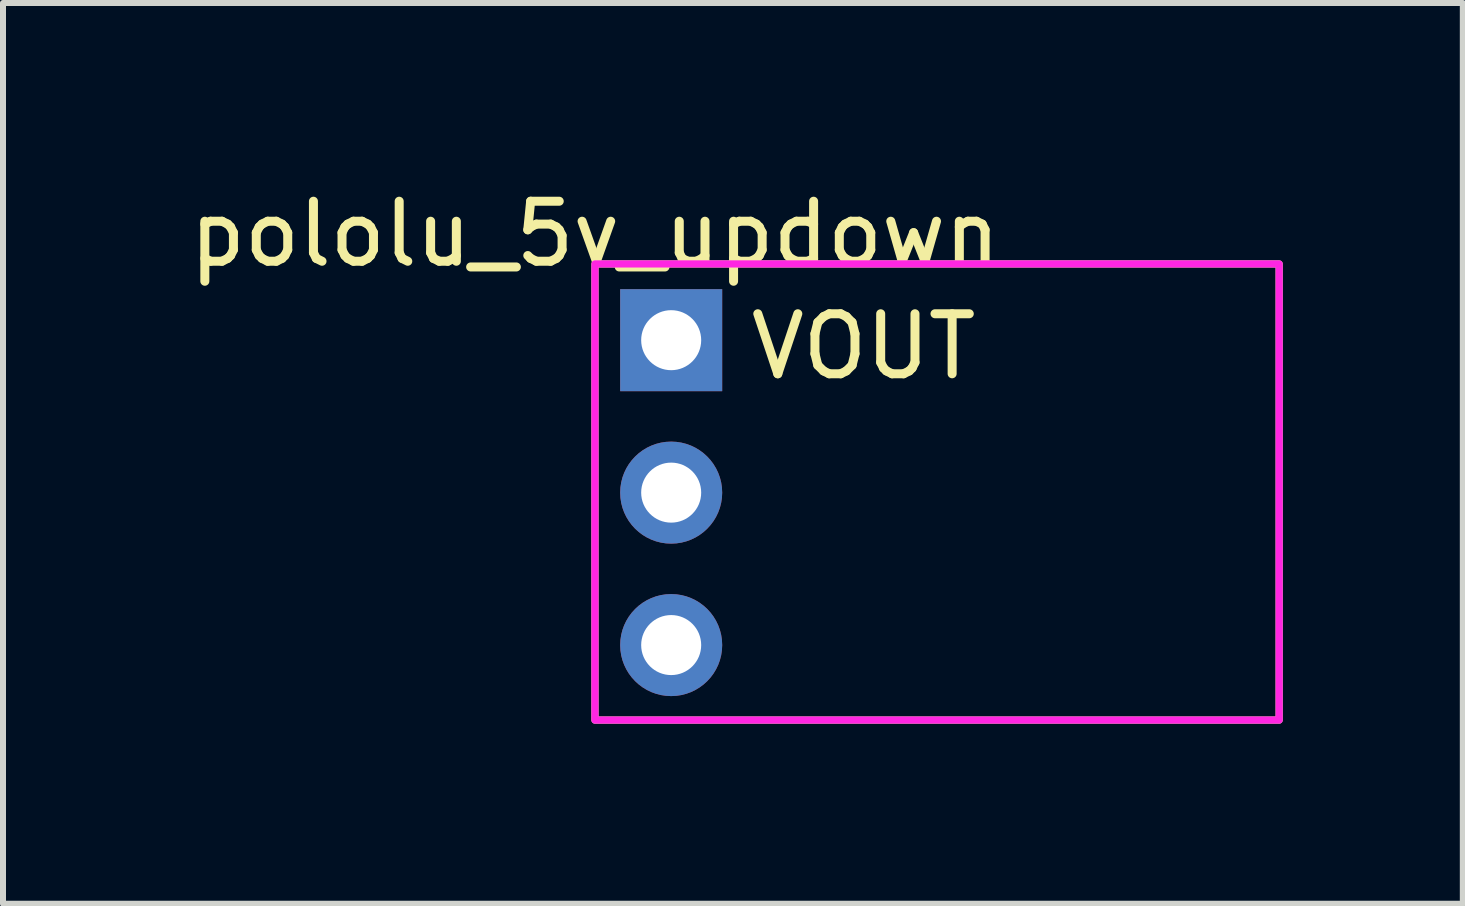
<source format=kicad_pcb>
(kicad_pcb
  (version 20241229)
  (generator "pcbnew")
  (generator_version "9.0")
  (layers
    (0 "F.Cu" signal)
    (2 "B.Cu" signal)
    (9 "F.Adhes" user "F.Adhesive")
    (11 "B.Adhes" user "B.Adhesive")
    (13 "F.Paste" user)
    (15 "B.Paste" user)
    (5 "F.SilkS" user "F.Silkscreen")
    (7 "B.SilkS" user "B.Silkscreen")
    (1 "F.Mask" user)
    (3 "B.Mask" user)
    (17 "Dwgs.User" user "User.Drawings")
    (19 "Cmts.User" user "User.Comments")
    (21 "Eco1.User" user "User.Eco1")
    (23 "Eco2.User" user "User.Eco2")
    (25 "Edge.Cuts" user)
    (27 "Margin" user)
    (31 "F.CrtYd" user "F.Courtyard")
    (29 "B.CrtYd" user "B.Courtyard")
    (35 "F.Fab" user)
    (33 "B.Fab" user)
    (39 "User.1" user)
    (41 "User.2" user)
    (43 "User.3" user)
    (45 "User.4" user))
  (footprint "pololu_5v_updown"
    (layer "F.Cu")
    (at 6.863 1.348)
    (property "Reference" "pololu_5v_updown" (at 0 -0.5 0) (unlocked yes) (layer "F.SilkS") (effects (font (size 1 1) (thickness 0.15))))
    (attr through_hole)
    (fp_rect (start 0 0) (end 11.4 7.6) (stroke (width 0.12) (type solid)) (fill no) (layer "F.SilkS"))
    (fp_rect (start 0 0) (end 11.4 7.6) (stroke (width 0.12) (type solid)) (fill no) (layer "F.CrtYd"))
    (fp_text user "VOUT" (at 4.475 1.375 0) (unlocked yes) (layer "F.SilkS") (effects (font (size 1 1) (thickness 0.15))))
    (pad "1" thru_hole rect (at 1.27 1.27) (size 1.7 1.7) (drill 1) (layers "*.Cu" "*.Mask"))
    (pad "2" thru_hole oval (at 1.27 3.81) (size 1.7 1.7) (drill 1) (layers "*.Cu" "*.Mask"))
    (pad "3" thru_hole oval (at 1.27 6.35) (size 1.7 1.7) (drill 1) (layers "*.Cu" "*.Mask")))
  (gr_rect
    (start -3 -3)
    (end 21.323 12.008)
    (stroke (width 0.1) (type default))
    (fill no)
    (layer "Edge.Cuts")))
</source>
